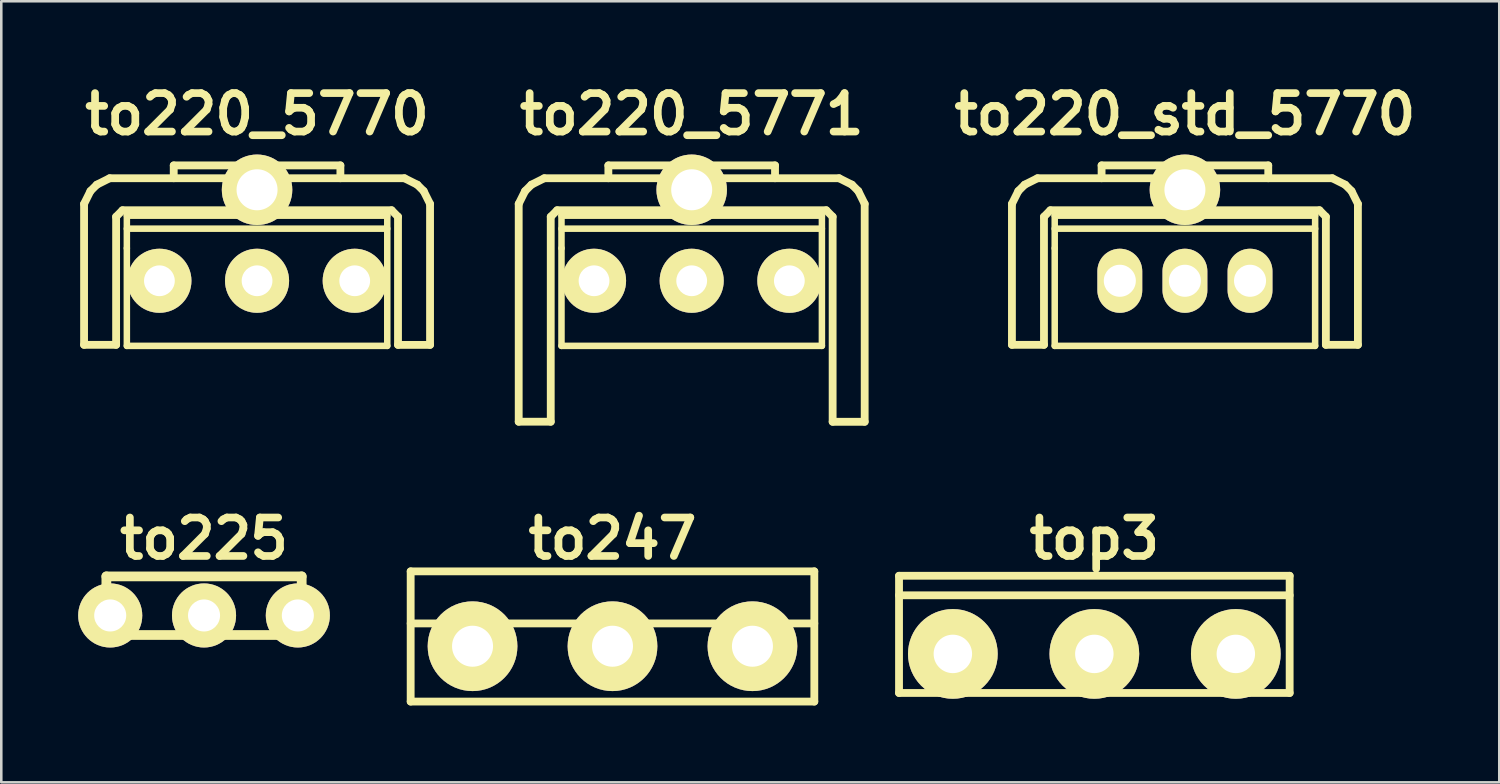
<source format=kicad_pcb>
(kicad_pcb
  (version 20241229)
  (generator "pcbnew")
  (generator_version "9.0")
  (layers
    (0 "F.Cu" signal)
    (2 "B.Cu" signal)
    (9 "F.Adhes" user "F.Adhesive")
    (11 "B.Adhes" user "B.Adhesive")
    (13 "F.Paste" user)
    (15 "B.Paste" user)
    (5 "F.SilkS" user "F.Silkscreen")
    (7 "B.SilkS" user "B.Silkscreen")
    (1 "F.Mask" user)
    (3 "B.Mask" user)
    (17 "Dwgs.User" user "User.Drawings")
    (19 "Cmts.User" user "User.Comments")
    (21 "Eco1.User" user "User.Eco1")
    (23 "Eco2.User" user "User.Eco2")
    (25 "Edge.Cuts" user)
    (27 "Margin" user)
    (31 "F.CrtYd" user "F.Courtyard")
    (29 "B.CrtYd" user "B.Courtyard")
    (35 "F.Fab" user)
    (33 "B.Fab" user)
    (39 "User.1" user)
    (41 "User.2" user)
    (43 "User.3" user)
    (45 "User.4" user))
  (footprint "to220_std_5770"
    (layer "F.Cu")
    (at 43.179 7.904)
    (property "Reference" "to220_std_5770" (at 0 -6.5 0) (layer "F.SilkS") (effects (font (size 1.5 1.5) (thickness 0.3))))
    (attr through_hole)
    (fp_line (start -6.749 -3) (end -6.5 -3.5) (stroke (width 0.305) (type solid)) (layer "F.SilkS"))
    (fp_line (start -6.749 2.499) (end -6.749 -3) (stroke (width 0.305) (type solid)) (layer "F.SilkS"))
    (fp_line (start -6.5 -3.5) (end -6.251 -3.749) (stroke (width 0.305) (type solid)) (layer "F.SilkS"))
    (fp_line (start -6.251 -3.749) (end -5.751 -4) (stroke (width 0.305) (type solid)) (layer "F.SilkS"))
    (fp_line (start -5.499 -2.499) (end -5.499 2.499) (stroke (width 0.305) (type solid)) (layer "F.SilkS"))
    (fp_line (start -5.499 -2.499) (end -5.25 -2.751) (stroke (width 0.305) (type solid)) (layer "F.SilkS"))
    (fp_line (start -5.499 2.499) (end -6.749 2.499) (stroke (width 0.305) (type solid)) (layer "F.SilkS"))
    (fp_line (start -5.25 -2.751) (end 5.25 -2.751) (stroke (width 0.305) (type solid)) (layer "F.SilkS"))
    (fp_line (start -5.08 -2.54) (end -5.08 -1.27) (stroke (width 0.254) (type solid)) (layer "F.SilkS"))
    (fp_line (start -5.08 -2.032) (end 5.08 -2.032) (stroke (width 0.254) (type solid)) (layer "F.SilkS"))
    (fp_line (start -5.08 -1.27) (end -5.08 2.54) (stroke (width 0.254) (type solid)) (layer "F.SilkS"))
    (fp_line (start -5.08 2.54) (end 5.08 2.54) (stroke (width 0.254) (type solid)) (layer "F.SilkS"))
    (fp_line (start -3.251 -4.501) (end 3.251 -4.501) (stroke (width 0.305) (type solid)) (layer "F.SilkS"))
    (fp_line (start -3.251 -4) (end -3.251 -4.501) (stroke (width 0.305) (type solid)) (layer "F.SilkS"))
    (fp_line (start 3.251 -4.501) (end 3.251 -4) (stroke (width 0.305) (type solid)) (layer "F.SilkS"))
    (fp_line (start 5.08 -2.54) (end -5.08 -2.54) (stroke (width 0.254) (type solid)) (layer "F.SilkS"))
    (fp_line (start 5.08 2.54) (end 5.08 -2.54) (stroke (width 0.254) (type solid)) (layer "F.SilkS"))
    (fp_line (start 5.25 -2.751) (end 5.499 -2.499) (stroke (width 0.305) (type solid)) (layer "F.SilkS"))
    (fp_line (start 5.499 2.499) (end 5.499 -2.499) (stroke (width 0.305) (type solid)) (layer "F.SilkS"))
    (fp_line (start 5.751 -4) (end -5.751 -4) (stroke (width 0.305) (type solid)) (layer "F.SilkS"))
    (fp_line (start 5.751 -4) (end 6.251 -3.749) (stroke (width 0.305) (type solid)) (layer "F.SilkS"))
    (fp_line (start 6.251 -3.749) (end 6.5 -3.5) (stroke (width 0.305) (type solid)) (layer "F.SilkS"))
    (fp_line (start 6.5 -3.5) (end 6.749 -3) (stroke (width 0.305) (type solid)) (layer "F.SilkS"))
    (fp_line (start 6.749 -3) (end 6.749 2.499) (stroke (width 0.305) (type solid)) (layer "F.SilkS"))
    (fp_line (start 6.749 2.499) (end 5.499 2.499) (stroke (width 0.305) (type solid)) (layer "F.SilkS"))
    (pad "" thru_hole circle (at 0 -3.55) (size 2.75 2.75) (drill 1.6) (layers "*.Cu" "*.Mask" "F.SilkS"))
    (pad "1" thru_hole oval (at 2.54 0) (size 1.75 2.5) (drill 1.25) (layers "*.Cu" "*.Mask" "F.SilkS"))
    (pad "2" thru_hole oval (at 0 0) (size 1.75 2.5) (drill 1.25) (layers "*.Cu" "*.Mask" "F.SilkS"))
    (pad "3" thru_hole oval (at -2.54 0) (size 1.75 2.5) (drill 1.25) (layers "*.Cu" "*.Mask" "F.SilkS")))
  (footprint "to247"
    (layer "F.Cu")
    (at 20.846 22.162)
    (property "Reference" "to247" (at 0 -4.2 0) (layer "F.SilkS") (effects (font (size 1.5 1.5) (thickness 0.3))))
    (attr through_hole)
    (fp_line (start -7.874 -2.921) (end -7.874 2.159) (stroke (width 0.305) (type solid)) (layer "F.SilkS"))
    (fp_line (start -7.874 2.159) (end 7.874 2.159) (stroke (width 0.305) (type solid)) (layer "F.SilkS"))
    (fp_line (start 7.874 -2.921) (end -7.874 -2.921) (stroke (width 0.305) (type solid)) (layer "F.SilkS"))
    (fp_line (start 7.874 -0.889) (end -7.874 -0.889) (stroke (width 0.305) (type solid)) (layer "F.SilkS"))
    (fp_line (start 7.874 2.159) (end 7.874 -2.921) (stroke (width 0.305) (type solid)) (layer "F.SilkS"))
    (pad "1" thru_hole circle (at 5.46 0) (size 3.5 3.5) (drill 1.6) (layers "*.Cu" "*.Mask" "F.SilkS"))
    (pad "2" thru_hole circle (at 0 0) (size 3.5 3.5) (drill 1.6) (layers "*.Cu" "*.Mask" "F.SilkS"))
    (pad "3" thru_hole circle (at -5.46 0) (size 3.5 3.5) (drill 1.6) (layers "*.Cu" "*.Mask" "F.SilkS")))
  (footprint "to220_5770"
    (layer "F.Cu")
    (at 6.979 7.904)
    (property "Reference" "to220_5770" (at 0 -6.5 0) (layer "F.SilkS") (effects (font (size 1.5 1.5) (thickness 0.3))))
    (attr through_hole)
    (fp_line (start -6.749 -3) (end -6.5 -3.5) (stroke (width 0.305) (type solid)) (layer "F.SilkS"))
    (fp_line (start -6.749 2.499) (end -6.749 -3) (stroke (width 0.305) (type solid)) (layer "F.SilkS"))
    (fp_line (start -6.5 -3.5) (end -6.251 -3.749) (stroke (width 0.305) (type solid)) (layer "F.SilkS"))
    (fp_line (start -6.251 -3.749) (end -5.751 -4) (stroke (width 0.305) (type solid)) (layer "F.SilkS"))
    (fp_line (start -5.499 -2.499) (end -5.25 -2.751) (stroke (width 0.305) (type solid)) (layer "F.SilkS"))
    (fp_line (start -5.499 2.499) (end -6.749 2.499) (stroke (width 0.305) (type solid)) (layer "F.SilkS"))
    (fp_line (start -5.499 2.499) (end -5.499 -2.499) (stroke (width 0.305) (type solid)) (layer "F.SilkS"))
    (fp_line (start -5.25 -2.751) (end 5.25 -2.751) (stroke (width 0.305) (type solid)) (layer "F.SilkS"))
    (fp_line (start -5.08 -2.54) (end -5.08 -1.27) (stroke (width 0.254) (type solid)) (layer "F.SilkS"))
    (fp_line (start -5.08 -2.032) (end 5.08 -2.032) (stroke (width 0.254) (type solid)) (layer "F.SilkS"))
    (fp_line (start -5.08 -1.27) (end -5.08 2.54) (stroke (width 0.254) (type solid)) (layer "F.SilkS"))
    (fp_line (start -5.08 2.54) (end 5.08 2.54) (stroke (width 0.254) (type solid)) (layer "F.SilkS"))
    (fp_line (start -3.251 -4.501) (end 3.251 -4.501) (stroke (width 0.305) (type solid)) (layer "F.SilkS"))
    (fp_line (start -3.251 -4) (end -3.251 -4.501) (stroke (width 0.305) (type solid)) (layer "F.SilkS"))
    (fp_line (start 3.251 -4.501) (end 3.251 -4) (stroke (width 0.305) (type solid)) (layer "F.SilkS"))
    (fp_line (start 5.08 -2.54) (end -5.08 -2.54) (stroke (width 0.254) (type solid)) (layer "F.SilkS"))
    (fp_line (start 5.08 2.54) (end 5.08 -2.54) (stroke (width 0.254) (type solid)) (layer "F.SilkS"))
    (fp_line (start 5.25 -2.751) (end 5.499 -2.499) (stroke (width 0.305) (type solid)) (layer "F.SilkS"))
    (fp_line (start 5.499 2.499) (end 5.499 -2.499) (stroke (width 0.305) (type solid)) (layer "F.SilkS"))
    (fp_line (start 5.751 -4) (end -5.751 -4) (stroke (width 0.305) (type solid)) (layer "F.SilkS"))
    (fp_line (start 5.751 -4) (end 6.251 -3.749) (stroke (width 0.305) (type solid)) (layer "F.SilkS"))
    (fp_line (start 6.251 -3.749) (end 6.5 -3.5) (stroke (width 0.305) (type solid)) (layer "F.SilkS"))
    (fp_line (start 6.5 -3.5) (end 6.749 -3) (stroke (width 0.305) (type solid)) (layer "F.SilkS"))
    (fp_line (start 6.749 2.499) (end 6.749 -3) (stroke (width 0.305) (type solid)) (layer "F.SilkS"))
    (fp_line (start 6.749 2.502) (end 5.499 2.502) (stroke (width 0.305) (type solid)) (layer "F.SilkS"))
    (pad "" thru_hole circle (at 0 -3.55) (size 2.75 2.75) (drill 1.6) (layers "*.Cu" "*.Mask" "F.SilkS"))
    (pad "1" thru_hole circle (at 3.81 0) (size 2.5 2.5) (drill 1.2) (layers "*.Cu" "*.Mask" "F.SilkS"))
    (pad "2" thru_hole circle (at 0 0) (size 2.5 2.5) (drill 1.2) (layers "*.Cu" "*.Mask" "F.SilkS"))
    (pad "3" thru_hole circle (at -3.81 0) (size 2.5 2.5) (drill 1.2) (layers "*.Cu" "*.Mask" "F.SilkS")))
  (footprint "top3"
    (layer "F.Cu")
    (at 39.645 22.462)
    (property "Reference" "top3" (at 0 -4.5 0) (layer "F.SilkS") (effects (font (size 1.5 1.5) (thickness 0.3))))
    (attr through_hole)
    (fp_line (start -7.62 -3.048) (end -7.62 1.524) (stroke (width 0.305) (type solid)) (layer "F.SilkS"))
    (fp_line (start -7.62 -2.286) (end 7.62 -2.286) (stroke (width 0.305) (type solid)) (layer "F.SilkS"))
    (fp_line (start -7.62 1.524) (end 7.62 1.524) (stroke (width 0.305) (type solid)) (layer "F.SilkS"))
    (fp_line (start 7.62 -3.048) (end -7.62 -3.048) (stroke (width 0.305) (type solid)) (layer "F.SilkS"))
    (fp_line (start 7.62 1.524) (end 7.62 -3.048) (stroke (width 0.305) (type solid)) (layer "F.SilkS"))
    (pad "1" thru_hole circle (at 5.52 0) (size 3.5 3.5) (drill 1.5) (layers "*.Cu" "*.Mask" "F.SilkS"))
    (pad "2" thru_hole circle (at 0 0) (size 3.5 3.5) (drill 1.5) (layers "*.Cu" "*.Mask" "F.SilkS"))
    (pad "3" thru_hole circle (at -5.52 0) (size 3.5 3.5) (drill 1.5) (layers "*.Cu" "*.Mask" "F.SilkS")))
  (footprint "to225"
    (layer "F.Cu")
    (at 4.91 20.962)
    (property "Reference" "to225" (at 0 -3 0) (layer "F.SilkS") (effects (font (size 1.5 1.5) (thickness 0.3))))
    (attr through_hole)
    (fp_line (start -3.81 -1.524) (end 3.81 -1.524) (stroke (width 0.381) (type solid)) (layer "F.SilkS"))
    (fp_line (start -3.81 0.762) (end -3.81 -1.524) (stroke (width 0.381) (type solid)) (layer "F.SilkS"))
    (fp_line (start 3.81 -1.524) (end 3.81 0.762) (stroke (width 0.381) (type solid)) (layer "F.SilkS"))
    (fp_line (start 3.81 0.762) (end -3.81 0.762) (stroke (width 0.381) (type solid)) (layer "F.SilkS"))
    (pad "1" thru_hole circle (at 3.66 0) (size 2.5 2.5) (drill 1.25) (layers "*.Cu" "*.Mask" "F.SilkS"))
    (pad "2" thru_hole circle (at 0 0) (size 2.5 2.5) (drill 1.25) (layers "*.Cu" "*.Mask" "F.SilkS"))
    (pad "3" thru_hole circle (at -3.66 0) (size 2.5 2.5) (drill 1.25) (layers "*.Cu" "*.Mask" "F.SilkS")))
  (footprint "to220_5771"
    (layer "F.Cu")
    (at 23.936 7.904)
    (property "Reference" "to220_5771" (at 0 -6.5 0) (layer "F.SilkS") (effects (font (size 1.5 1.5) (thickness 0.3))))
    (attr through_hole)
    (fp_line (start -6.749 -3) (end -6.5 -3.5) (stroke (width 0.305) (type solid)) (layer "F.SilkS"))
    (fp_line (start -6.749 5.499) (end -6.749 -3) (stroke (width 0.305) (type solid)) (layer "F.SilkS"))
    (fp_line (start -6.5 -3.5) (end -6.251 -3.749) (stroke (width 0.305) (type solid)) (layer "F.SilkS"))
    (fp_line (start -6.251 -3.749) (end -5.751 -4) (stroke (width 0.305) (type solid)) (layer "F.SilkS"))
    (fp_line (start -5.499 -2.499) (end -5.499 5.499) (stroke (width 0.305) (type solid)) (layer "F.SilkS"))
    (fp_line (start -5.499 -2.499) (end -5.25 -2.751) (stroke (width 0.305) (type solid)) (layer "F.SilkS"))
    (fp_line (start -5.499 5.499) (end -6.749 5.499) (stroke (width 0.305) (type solid)) (layer "F.SilkS"))
    (fp_line (start -5.25 -2.751) (end 5.25 -2.751) (stroke (width 0.305) (type solid)) (layer "F.SilkS"))
    (fp_line (start -5.08 -2.54) (end -5.08 -1.27) (stroke (width 0.254) (type solid)) (layer "F.SilkS"))
    (fp_line (start -5.08 -2.032) (end 5.08 -2.032) (stroke (width 0.254) (type solid)) (layer "F.SilkS"))
    (fp_line (start -5.08 -1.27) (end -5.08 2.54) (stroke (width 0.254) (type solid)) (layer "F.SilkS"))
    (fp_line (start -5.08 2.54) (end 5.08 2.54) (stroke (width 0.254) (type solid)) (layer "F.SilkS"))
    (fp_line (start -3.251 -4.501) (end 3.251 -4.501) (stroke (width 0.305) (type solid)) (layer "F.SilkS"))
    (fp_line (start -3.251 -4) (end -3.251 -4.501) (stroke (width 0.305) (type solid)) (layer "F.SilkS"))
    (fp_line (start 3.251 -4.501) (end 3.251 -4) (stroke (width 0.305) (type solid)) (layer "F.SilkS"))
    (fp_line (start 5.08 -2.54) (end -5.08 -2.54) (stroke (width 0.254) (type solid)) (layer "F.SilkS"))
    (fp_line (start 5.08 2.54) (end 5.08 -2.54) (stroke (width 0.254) (type solid)) (layer "F.SilkS"))
    (fp_line (start 5.25 -2.751) (end 5.499 -2.499) (stroke (width 0.305) (type solid)) (layer "F.SilkS"))
    (fp_line (start 5.499 5.499) (end 5.499 -2.499) (stroke (width 0.305) (type solid)) (layer "F.SilkS"))
    (fp_line (start 5.751 -4) (end -5.751 -4) (stroke (width 0.305) (type solid)) (layer "F.SilkS"))
    (fp_line (start 5.751 -4) (end 6.251 -3.749) (stroke (width 0.305) (type solid)) (layer "F.SilkS"))
    (fp_line (start 6.251 -3.749) (end 6.5 -3.5) (stroke (width 0.305) (type solid)) (layer "F.SilkS"))
    (fp_line (start 6.5 -3.5) (end 6.749 -3) (stroke (width 0.305) (type solid)) (layer "F.SilkS"))
    (fp_line (start 6.749 5.499) (end 6.749 -3) (stroke (width 0.305) (type solid)) (layer "F.SilkS"))
    (fp_line (start 6.749 5.502) (end 5.499 5.502) (stroke (width 0.305) (type solid)) (layer "F.SilkS"))
    (pad "" thru_hole circle (at 0 -3.55) (size 2.75 2.75) (drill 1.6) (layers "*.Cu" "*.Mask" "F.SilkS"))
    (pad "1" thru_hole circle (at 3.81 0) (size 2.5 2.5) (drill 1.2) (layers "*.Cu" "*.Mask" "F.SilkS"))
    (pad "2" thru_hole circle (at 0 0) (size 2.5 2.5) (drill 1.2) (layers "*.Cu" "*.Mask" "F.SilkS"))
    (pad "3" thru_hole circle (at -3.81 0) (size 2.5 2.5) (drill 1.2) (layers "*.Cu" "*.Mask" "F.SilkS")))
  (gr_rect
    (start -3 -3)
    (end 55.443 27.473)
    (stroke (width 0.1) (type default))
    (fill no)
    (layer "Edge.Cuts")))
</source>
